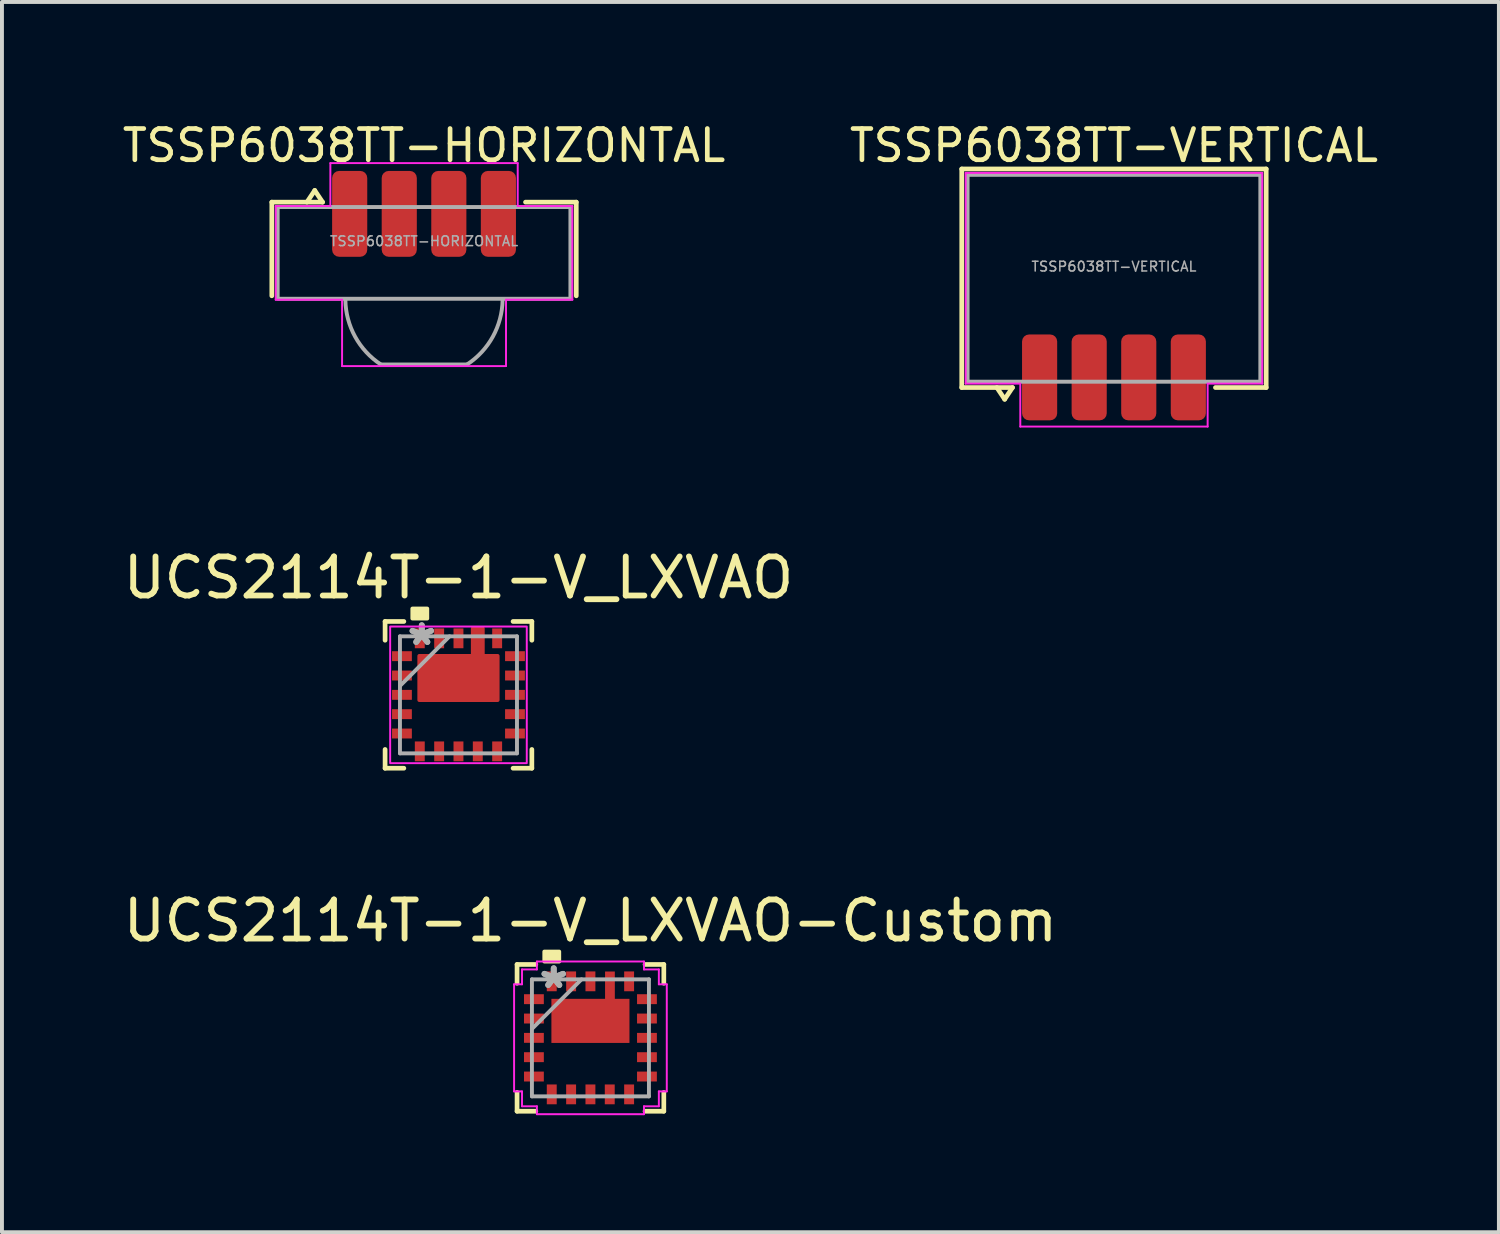
<source format=kicad_pcb>
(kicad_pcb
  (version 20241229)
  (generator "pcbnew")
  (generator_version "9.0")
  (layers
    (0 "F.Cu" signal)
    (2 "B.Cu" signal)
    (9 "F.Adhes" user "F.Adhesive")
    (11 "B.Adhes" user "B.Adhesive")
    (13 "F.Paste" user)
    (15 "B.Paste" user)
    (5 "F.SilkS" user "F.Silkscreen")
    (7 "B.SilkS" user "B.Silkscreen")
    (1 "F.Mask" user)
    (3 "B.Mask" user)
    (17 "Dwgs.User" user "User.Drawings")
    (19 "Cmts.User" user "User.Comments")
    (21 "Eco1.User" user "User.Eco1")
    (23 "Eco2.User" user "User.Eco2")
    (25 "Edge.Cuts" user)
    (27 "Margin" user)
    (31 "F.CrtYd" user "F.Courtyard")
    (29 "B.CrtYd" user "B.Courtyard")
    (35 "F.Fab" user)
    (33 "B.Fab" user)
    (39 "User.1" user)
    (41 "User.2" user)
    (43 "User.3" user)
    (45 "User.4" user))
  (footprint "UCS2114T-1-V_LXVAO-Custom"
    (layer "F.Cu")
    (at 12.077 23.54)
    (property "Reference" "UCS2114T-1-V_LXVAO-Custom" (at 0 -3 0) (layer "F.SilkS") (effects (font (size 1 1) (thickness 0.15))))
    (attr through_hole)
    (fp_poly (pts (xy 0.368 -1.702) (xy 0.622 -1.702) (xy 0.622 -0.997) (xy 1.003 -0.997) (xy 1.003 0.133) (xy -1.003 0.133) (xy -1.003 -0.997) (xy 0.368 -0.997)) (stroke (width 0) (type solid)) (fill yes) (layer "F.Mask"))
    (fp_line (start -1.88 -1.88) (end -1.88 -1.399) (stroke (width 0.12) (type solid)) (layer "F.SilkS"))
    (fp_line (start -1.88 1.399) (end -1.88 1.88) (stroke (width 0.12) (type solid)) (layer "F.SilkS"))
    (fp_line (start -1.88 1.88) (end -1.399 1.88) (stroke (width 0.12) (type solid)) (layer "F.SilkS"))
    (fp_line (start -1.399 -1.88) (end -1.88 -1.88) (stroke (width 0.12) (type solid)) (layer "F.SilkS"))
    (fp_line (start 1.399 1.88) (end 1.88 1.88) (stroke (width 0.12) (type solid)) (layer "F.SilkS"))
    (fp_line (start 1.88 -1.88) (end 1.399 -1.88) (stroke (width 0.12) (type solid)) (layer "F.SilkS"))
    (fp_line (start 1.88 -1.399) (end 1.88 -1.88) (stroke (width 0.12) (type solid)) (layer "F.SilkS"))
    (fp_line (start 1.88 1.88) (end 1.88 1.399) (stroke (width 0.12) (type solid)) (layer "F.SilkS"))
    (fp_poly (pts (xy -1.181 -1.956) (xy -1.181 -2.21) (xy -0.8 -2.21) (xy -0.8 -1.956)) (stroke (width 0.1) (type solid)) (fill yes) (layer "F.SilkS"))
    (fp_poly (pts (xy 0.368 -1.702) (xy 0.622 -1.702) (xy 0.622 -0.997) (xy 1.003 -0.997) (xy 1.003 0.133) (xy -1.003 0.133) (xy -1.003 -0.997) (xy 0.368 -0.997)) (stroke (width 0) (type solid)) (fill yes) (layer "F.Paste"))
    (fp_line (start -1.956 -1.372) (end -1.753 -1.372) (stroke (width 0.05) (type solid)) (layer "F.CrtYd"))
    (fp_line (start -1.956 1.372) (end -1.956 -1.372) (stroke (width 0.05) (type solid)) (layer "F.CrtYd"))
    (fp_line (start -1.753 -1.753) (end -1.372 -1.753) (stroke (width 0.05) (type solid)) (layer "F.CrtYd"))
    (fp_line (start -1.753 -1.372) (end -1.753 -1.753) (stroke (width 0.05) (type solid)) (layer "F.CrtYd"))
    (fp_line (start -1.753 1.372) (end -1.956 1.372) (stroke (width 0.05) (type solid)) (layer "F.CrtYd"))
    (fp_line (start -1.753 1.753) (end -1.753 1.372) (stroke (width 0.05) (type solid)) (layer "F.CrtYd"))
    (fp_line (start -1.372 -1.956) (end 1.372 -1.956) (stroke (width 0.05) (type solid)) (layer "F.CrtYd"))
    (fp_line (start -1.372 -1.753) (end -1.372 -1.956) (stroke (width 0.05) (type solid)) (layer "F.CrtYd"))
    (fp_line (start -1.372 1.753) (end -1.753 1.753) (stroke (width 0.05) (type solid)) (layer "F.CrtYd"))
    (fp_line (start -1.372 1.956) (end -1.372 1.753) (stroke (width 0.05) (type solid)) (layer "F.CrtYd"))
    (fp_line (start 1.372 -1.956) (end 1.372 -1.753) (stroke (width 0.05) (type solid)) (layer "F.CrtYd"))
    (fp_line (start 1.372 -1.753) (end 1.753 -1.753) (stroke (width 0.05) (type solid)) (layer "F.CrtYd"))
    (fp_line (start 1.372 1.753) (end 1.372 1.956) (stroke (width 0.05) (type solid)) (layer "F.CrtYd"))
    (fp_line (start 1.372 1.956) (end -1.372 1.956) (stroke (width 0.05) (type solid)) (layer "F.CrtYd"))
    (fp_line (start 1.753 -1.753) (end 1.753 -1.372) (stroke (width 0.05) (type solid)) (layer "F.CrtYd"))
    (fp_line (start 1.753 -1.372) (end 1.956 -1.372) (stroke (width 0.05) (type solid)) (layer "F.CrtYd"))
    (fp_line (start 1.753 1.372) (end 1.753 1.753) (stroke (width 0.05) (type solid)) (layer "F.CrtYd"))
    (fp_line (start 1.753 1.753) (end 1.372 1.753) (stroke (width 0.05) (type solid)) (layer "F.CrtYd"))
    (fp_line (start 1.956 -1.372) (end 1.956 1.372) (stroke (width 0.05) (type solid)) (layer "F.CrtYd"))
    (fp_line (start 1.956 1.372) (end 1.753 1.372) (stroke (width 0.05) (type solid)) (layer "F.CrtYd"))
    (fp_line (start -1.499 -1.499) (end -1.499 1.499) (stroke (width 0.1) (type solid)) (layer "F.Fab"))
    (fp_line (start -1.499 -0.229) (end -0.229 -1.499) (stroke (width 0.1) (type solid)) (layer "F.Fab"))
    (fp_line (start -1.499 1.499) (end 1.499 1.499) (stroke (width 0.1) (type solid)) (layer "F.Fab"))
    (fp_line (start 1.499 -1.499) (end -1.499 -1.499) (stroke (width 0.1) (type solid)) (layer "F.Fab"))
    (fp_line (start 1.499 1.499) (end 1.499 -1.499) (stroke (width 0.1) (type solid)) (layer "F.Fab"))
    (fp_text user "*" (at -0.94 -1.238 0) (layer "F.Fab") (effects (font (size 1 1) (thickness 0.15))))
    (fp_text user "*" (at -0.94 -1.238 0) (layer "F.Fab") (effects (font (size 1 1) (thickness 0.15))))
    (pad "1" smd rect (at -1.448 -0.991 90) (size 0.254 0.508) (layers "F.Cu" "F.Mask" "F.Paste"))
    (pad "2" smd rect (at -1.448 -0.495 90) (size 0.254 0.508) (layers "F.Cu" "F.Mask" "F.Paste"))
    (pad "3" smd rect (at -1.448 0 90) (size 0.254 0.508) (layers "F.Cu" "F.Mask" "F.Paste"))
    (pad "4" smd rect (at -1.448 0.495 90) (size 0.254 0.508) (layers "F.Cu" "F.Mask" "F.Paste"))
    (pad "5" smd rect (at -1.448 0.991 90) (size 0.254 0.508) (layers "F.Cu" "F.Mask" "F.Paste"))
    (pad "6" smd rect (at -0.991 1.448) (size 0.254 0.508) (layers "F.Cu" "F.Mask" "F.Paste"))
    (pad "7" smd rect (at -0.495 1.448) (size 0.254 0.508) (layers "F.Cu" "F.Mask" "F.Paste"))
    (pad "8" smd rect (at 0 1.448) (size 0.254 0.508) (layers "F.Cu" "F.Mask" "F.Paste"))
    (pad "9" smd rect (at 0.495 1.448) (size 0.254 0.508) (layers "F.Cu" "F.Mask" "F.Paste"))
    (pad "10" smd rect (at 0.991 1.448) (size 0.254 0.508) (layers "F.Cu" "F.Mask" "F.Paste"))
    (pad "11" smd rect (at 1.448 0.991 90) (size 0.254 0.508) (layers "F.Cu" "F.Mask" "F.Paste"))
    (pad "12" smd rect (at 1.448 0.495 90) (size 0.254 0.508) (layers "F.Cu" "F.Mask" "F.Paste"))
    (pad "13" smd rect (at 1.448 0 90) (size 0.254 0.508) (layers "F.Cu" "F.Mask" "F.Paste"))
    (pad "14" smd rect (at 1.448 -0.495 90) (size 0.254 0.508) (layers "F.Cu" "F.Mask" "F.Paste"))
    (pad "15" smd rect (at 1.448 -0.991 90) (size 0.254 0.508) (layers "F.Cu" "F.Mask" "F.Paste"))
    (pad "16" smd rect (at 0.991 -1.448) (size 0.254 0.508) (layers "F.Cu" "F.Mask" "F.Paste"))
    (pad "17" smd custom (at 0 -1) (size 0.001 0.001) (layers "F.Cu" "F.Mask" "F.Paste") (options (anchor rect)) (primitives (gr_poly (pts (xy 0 0) (xy 0.375 0) (xy 0.375 -0.7) (xy 0.625 -0.7) (xy 0.625 0) (xy 1 0) (xy 1 1.13) (xy -1 1.13) (xy -1 0)) (width 0) (fill yes))))
    (pad "18" smd rect (at 0 -1.448) (size 0.254 0.508) (layers "F.Cu" "F.Mask" "F.Paste"))
    (pad "19" smd rect (at -0.495 -1.448) (size 0.254 0.508) (layers "F.Cu" "F.Mask" "F.Paste"))
    (pad "20" smd rect (at -0.991 -1.448) (size 0.254 0.508) (layers "F.Cu" "F.Mask" "F.Paste"))
    (zone (net_name "") (layer "F.Cu") (hatch edge 0.508) (connect_pads) (min_thickness 0.254) (filled_areas_thickness no) (keepout (tracks allowed) (vias allowed) (pads allowed) (copperpour not_allowed) (footprints allowed)) (placement (enabled no)) (fill) (polygon (pts (xy 13.077 24.54) (xy 11.077 24.54) (xy 11.077 23.89) (xy 13.077 23.89)))))
  (footprint "UCS2114T-1-V_LXVAO"
    (layer "F.Cu")
    (at 8.696 14.752)
    (property "Reference" "UCS2114T-1-V_LXVAO" (at 0 -3 0) (layer "F.SilkS") (effects (font (size 1 1) (thickness 0.15))))
    (attr through_hole)
    (fp_poly (pts (xy 0.368 -1.702) (xy 0.622 -1.702) (xy 0.622 -0.997) (xy 1.003 -0.997) (xy 1.003 0.133) (xy -1.003 0.133) (xy -1.003 -0.997) (xy 0.368 -0.997)) (stroke (width 0.1) (type solid)) (fill yes) (layer "F.Cu"))
    (fp_poly (pts (xy 0.368 -1.702) (xy 0.622 -1.702) (xy 0.622 -0.997) (xy 1.003 -0.997) (xy 1.003 0.133) (xy -1.003 0.133) (xy -1.003 -0.997) (xy 0.368 -0.997)) (stroke (width 0.1) (type solid)) (fill yes) (layer "F.Mask"))
    (fp_line (start -1.88 -1.88) (end -1.88 -1.399) (stroke (width 0.12) (type solid)) (layer "F.SilkS"))
    (fp_line (start -1.88 1.399) (end -1.88 1.88) (stroke (width 0.12) (type solid)) (layer "F.SilkS"))
    (fp_line (start -1.88 1.88) (end -1.399 1.88) (stroke (width 0.12) (type solid)) (layer "F.SilkS"))
    (fp_line (start -1.399 -1.88) (end -1.88 -1.88) (stroke (width 0.12) (type solid)) (layer "F.SilkS"))
    (fp_line (start 1.399 1.88) (end 1.88 1.88) (stroke (width 0.12) (type solid)) (layer "F.SilkS"))
    (fp_line (start 1.88 -1.88) (end 1.399 -1.88) (stroke (width 0.12) (type solid)) (layer "F.SilkS"))
    (fp_line (start 1.88 -1.399) (end 1.88 -1.88) (stroke (width 0.12) (type solid)) (layer "F.SilkS"))
    (fp_line (start 1.88 1.88) (end 1.88 1.399) (stroke (width 0.12) (type solid)) (layer "F.SilkS"))
    (fp_poly (pts (xy -1.181 -1.956) (xy -1.181 -2.21) (xy -0.8 -2.21) (xy -0.8 -1.956)) (stroke (width 0.1) (type solid)) (fill yes) (layer "F.SilkS"))
    (fp_circle (center -0.597 -0.73) (end -0.387 -0.73) (stroke (width 0.152) (type solid)) (fill no) (layer "Eco1.User"))
    (fp_circle (center -0.597 -0.133) (end -0.387 -0.133) (stroke (width 0.152) (type solid)) (fill no) (layer "Eco1.User"))
    (fp_circle (center 0 -0.73) (end 0.21 -0.73) (stroke (width 0.152) (type solid)) (fill no) (layer "Eco1.User"))
    (fp_circle (center 0 -0.133) (end 0.21 -0.133) (stroke (width 0.152) (type solid)) (fill no) (layer "Eco1.User"))
    (fp_circle (center 0.597 -0.73) (end 0.806 -0.73) (stroke (width 0.152) (type solid)) (fill no) (layer "Eco1.User"))
    (fp_circle (center 0.597 -0.133) (end 0.806 -0.133) (stroke (width 0.152) (type solid)) (fill no) (layer "Eco1.User"))
    (fp_rect (start -1.75 -1.75) (end 1.75 1.75) (stroke (width 0.05) (type solid)) (fill no) (layer "F.CrtYd"))
    (fp_line (start -1.499 -1.499) (end -1.499 1.499) (stroke (width 0.1) (type solid)) (layer "F.Fab"))
    (fp_line (start -1.499 -0.229) (end -0.229 -1.499) (stroke (width 0.1) (type solid)) (layer "F.Fab"))
    (fp_line (start -1.499 1.499) (end 1.499 1.499) (stroke (width 0.1) (type solid)) (layer "F.Fab"))
    (fp_line (start 1.499 -1.499) (end -1.499 -1.499) (stroke (width 0.1) (type solid)) (layer "F.Fab"))
    (fp_line (start 1.499 1.499) (end 1.499 -1.499) (stroke (width 0.1) (type solid)) (layer "F.Fab"))
    (fp_text user "*" (at -0.94 -1.238 0) (layer "F.Fab") (effects (font (size 1 1) (thickness 0.15))))
    (fp_text user "*" (at -0.94 -1.238 0) (layer "F.Fab") (effects (font (size 1 1) (thickness 0.15))))
    (pad "1" smd rect (at -1.448 -0.991 90) (size 0.254 0.508) (layers "F.Cu" "F.Mask" "F.Paste"))
    (pad "2" smd rect (at -1.448 -0.495 90) (size 0.254 0.508) (layers "F.Cu" "F.Mask" "F.Paste"))
    (pad "3" smd rect (at -1.448 0 90) (size 0.254 0.508) (layers "F.Cu" "F.Mask" "F.Paste"))
    (pad "4" smd rect (at -1.448 0.495 90) (size 0.254 0.508) (layers "F.Cu" "F.Mask" "F.Paste"))
    (pad "5" smd rect (at -1.448 0.991 90) (size 0.254 0.508) (layers "F.Cu" "F.Mask" "F.Paste"))
    (pad "6" smd rect (at -0.991 1.448) (size 0.254 0.508) (layers "F.Cu" "F.Mask" "F.Paste"))
    (pad "7" smd rect (at -0.495 1.448) (size 0.254 0.508) (layers "F.Cu" "F.Mask" "F.Paste"))
    (pad "8" smd rect (at 0 1.448) (size 0.254 0.508) (layers "F.Cu" "F.Mask" "F.Paste"))
    (pad "9" smd rect (at 0.495 1.448) (size 0.254 0.508) (layers "F.Cu" "F.Mask" "F.Paste"))
    (pad "10" smd rect (at 0.991 1.448) (size 0.254 0.508) (layers "F.Cu" "F.Mask" "F.Paste"))
    (pad "11" smd rect (at 1.448 0.991 90) (size 0.254 0.508) (layers "F.Cu" "F.Mask" "F.Paste"))
    (pad "12" smd rect (at 1.448 0.495 90) (size 0.254 0.508) (layers "F.Cu" "F.Mask" "F.Paste"))
    (pad "13" smd rect (at 1.448 0 90) (size 0.254 0.508) (layers "F.Cu" "F.Mask" "F.Paste"))
    (pad "14" smd rect (at 1.448 -0.495 90) (size 0.254 0.508) (layers "F.Cu" "F.Mask" "F.Paste"))
    (pad "15" smd rect (at 1.448 -0.991 90) (size 0.254 0.508) (layers "F.Cu" "F.Mask" "F.Paste"))
    (pad "16" smd rect (at 0.991 -1.448) (size 0.254 0.508) (layers "F.Cu" "F.Mask" "F.Paste"))
    (pad "17" smd rect (at 0.495 -1.448) (size 0.254 0.508) (layers "F.Cu" "F.Mask" "F.Paste"))
    (pad "18" smd rect (at 0 -1.448) (size 0.254 0.508) (layers "F.Cu" "F.Mask" "F.Paste"))
    (pad "19" smd rect (at -0.495 -1.448) (size 0.254 0.508) (layers "F.Cu" "F.Mask" "F.Paste"))
    (pad "20" smd rect (at -0.991 -1.448) (size 0.254 0.508) (layers "F.Cu" "F.Mask" "F.Paste")))
  (footprint "TSSP6038TT-HORIZONTAL"
    (layer "F.Cu")
    (at 7.814 3.429)
    (property "Reference" "TSSP6038TT-HORIZONTAL" (at 0 -2.75 0) (unlocked yes) (layer "F.SilkS") (effects (font (size 0.8 0.8) (thickness 0.12))))
    (attr smd)
    (fp_line (start -3.9 -1.3) (end -3.9 1.1) (stroke (width 0.12) (type default)) (layer "F.SilkS"))
    (fp_line (start -3.9 -1.3) (end -2.6 -1.3) (stroke (width 0.12) (type default)) (layer "F.SilkS"))
    (fp_line (start -2.8 -1.6) (end -3 -1.3) (stroke (width 0.12) (type default)) (layer "F.SilkS"))
    (fp_line (start -2.6 -1.3) (end -2.8 -1.6) (stroke (width 0.12) (type default)) (layer "F.SilkS"))
    (fp_line (start 3.9 -1.3) (end 2.6 -1.3) (stroke (width 0.12) (type default)) (layer "F.SilkS"))
    (fp_line (start 3.9 -1.3) (end 3.9 1.1) (stroke (width 0.12) (type default)) (layer "F.SilkS"))
    (fp_line (start -3.8 -1.2) (end -2.4 -1.2) (stroke (width 0.05) (type default)) (layer "F.CrtYd"))
    (fp_line (start -3.8 1.2) (end -3.8 -1.2) (stroke (width 0.05) (type default)) (layer "F.CrtYd"))
    (fp_line (start -2.4 -2.3) (end 2.4 -2.3) (stroke (width 0.05) (type default)) (layer "F.CrtYd"))
    (fp_line (start -2.4 -1.2) (end -2.4 -2.3) (stroke (width 0.05) (type default)) (layer "F.CrtYd"))
    (fp_line (start -2.1 1.2) (end -3.8 1.2) (stroke (width 0.05) (type default)) (layer "F.CrtYd"))
    (fp_line (start -2.1 2.9) (end -2.1 1.2) (stroke (width 0.05) (type default)) (layer "F.CrtYd"))
    (fp_line (start 2.1 1.2) (end 2.1 2.9) (stroke (width 0.05) (type default)) (layer "F.CrtYd"))
    (fp_line (start 2.1 2.9) (end -2.1 2.9) (stroke (width 0.05) (type default)) (layer "F.CrtYd"))
    (fp_line (start 2.4 -2.3) (end 2.4 -1.2) (stroke (width 0.05) (type default)) (layer "F.CrtYd"))
    (fp_line (start 2.4 -1.2) (end 3.8 -1.2) (stroke (width 0.05) (type default)) (layer "F.CrtYd"))
    (fp_line (start 3.8 -1.2) (end 3.8 1.2) (stroke (width 0.05) (type default)) (layer "F.CrtYd"))
    (fp_line (start 3.8 1.2) (end 2.1 1.2) (stroke (width 0.05) (type default)) (layer "F.CrtYd"))
    (fp_line (start -1.106 2.86) (end 1.1 2.86) (stroke (width 0.1) (type default)) (layer "F.Fab"))
    (fp_rect (start -3.75 -1.175) (end 3.75 1.175) (stroke (width 0.1) (type default)) (fill no) (layer "F.Fab"))
    (fp_arc (start -1.105683 2.860188) (mid -1.765166 2.147925) (end -2.015234 1.21) (stroke (width 0.1) (type default)) (layer "F.Fab"))
    (fp_arc (start 2.01219 1.21) (mid 1.761365 2.148513) (end 1.100125 2.860188) (stroke (width 0.1) (type default)) (layer "F.Fab"))
    (fp_text user "${REFERENCE}" (at 0 -0.3 0) (unlocked yes) (layer "F.Fab") (effects (font (size 0.25 0.25) (thickness 0.04))))
    (pad "1" smd roundrect (at -1.905 -1) (size 0.9 2.2) (layers "F.Cu" "F.Mask" "F.Paste") (roundrect_rratio 0.2))
    (pad "2" smd roundrect (at -0.635 -1) (size 0.9 2.2) (layers "F.Cu" "F.Mask" "F.Paste") (roundrect_rratio 0.2))
    (pad "3" smd roundrect (at 0.635 -1) (size 0.9 2.2) (layers "F.Cu" "F.Mask" "F.Paste") (roundrect_rratio 0.2))
    (pad "4" smd roundrect (at 1.905 -1) (size 0.9 2.2) (layers "F.Cu" "F.Mask" "F.Paste") (roundrect_rratio 0.2)))
  (footprint "TSSP6038TT-VERTICAL"
    (layer "F.Cu")
    (at 25.49 4.079)
    (property "Reference" "TSSP6038TT-VERTICAL" (at 0 -3.4 0) (unlocked yes) (layer "F.SilkS") (effects (font (size 0.8 0.8) (thickness 0.12))))
    (attr smd)
    (fp_line (start -3.9 -2.8) (end 3.9 -2.8) (stroke (width 0.12) (type default)) (layer "F.SilkS"))
    (fp_line (start -3.9 2.8) (end -3.9 -2.8) (stroke (width 0.12) (type default)) (layer "F.SilkS"))
    (fp_line (start -2.8 3.1) (end -3 2.8) (stroke (width 0.12) (type default)) (layer "F.SilkS"))
    (fp_line (start -2.6 2.8) (end -3.9 2.8) (stroke (width 0.12) (type default)) (layer "F.SilkS"))
    (fp_line (start -2.6 2.8) (end -2.8 3.1) (stroke (width 0.12) (type default)) (layer "F.SilkS"))
    (fp_line (start 2.6 2.8) (end 3.9 2.8) (stroke (width 0.12) (type default)) (layer "F.SilkS"))
    (fp_line (start 3.9 -2.8) (end 3.9 2.8) (stroke (width 0.12) (type default)) (layer "F.SilkS"))
    (fp_line (start -3.8 -2.7) (end 3.8 -2.7) (stroke (width 0.05) (type default)) (layer "F.CrtYd"))
    (fp_line (start -3.8 2.7) (end -3.8 -2.7) (stroke (width 0.05) (type default)) (layer "F.CrtYd"))
    (fp_line (start -2.4 2.7) (end -3.8 2.7) (stroke (width 0.05) (type default)) (layer "F.CrtYd"))
    (fp_line (start -2.4 3.8) (end -2.4 2.7) (stroke (width 0.05) (type default)) (layer "F.CrtYd"))
    (fp_line (start 2.4 2.7) (end 2.4 3.8) (stroke (width 0.05) (type default)) (layer "F.CrtYd"))
    (fp_line (start 2.4 3.8) (end -2.4 3.8) (stroke (width 0.05) (type default)) (layer "F.CrtYd"))
    (fp_line (start 3.8 -2.7) (end 3.8 2.7) (stroke (width 0.05) (type default)) (layer "F.CrtYd"))
    (fp_line (start 3.8 2.7) (end 2.4 2.7) (stroke (width 0.05) (type default)) (layer "F.CrtYd"))
    (fp_rect (start -3.75 -2.65) (end 3.75 2.65) (stroke (width 0.1) (type default)) (fill no) (layer "F.Fab"))
    (fp_text user "${REFERENCE}" (at 0 -0.3 0) (unlocked yes) (layer "F.Fab") (effects (font (size 0.25 0.25) (thickness 0.04))))
    (pad "1" smd roundrect (at -1.905 2.54) (size 0.9 2.2) (layers "F.Cu" "F.Mask" "F.Paste") (roundrect_rratio 0.2))
    (pad "2" smd roundrect (at -0.635 2.54) (size 0.9 2.2) (layers "F.Cu" "F.Mask" "F.Paste") (roundrect_rratio 0.2))
    (pad "3" smd roundrect (at 0.635 2.54) (size 0.9 2.2) (layers "F.Cu" "F.Mask" "F.Paste") (roundrect_rratio 0.2))
    (pad "4" smd roundrect (at 1.905 2.54) (size 0.9 2.2) (layers "F.Cu" "F.Mask" "F.Paste") (roundrect_rratio 0.2)))
  (gr_rect
    (start -3 -3)
    (end 35.352 28.52)
    (stroke (width 0.1) (type default))
    (fill no)
    (layer "Edge.Cuts")))
</source>
